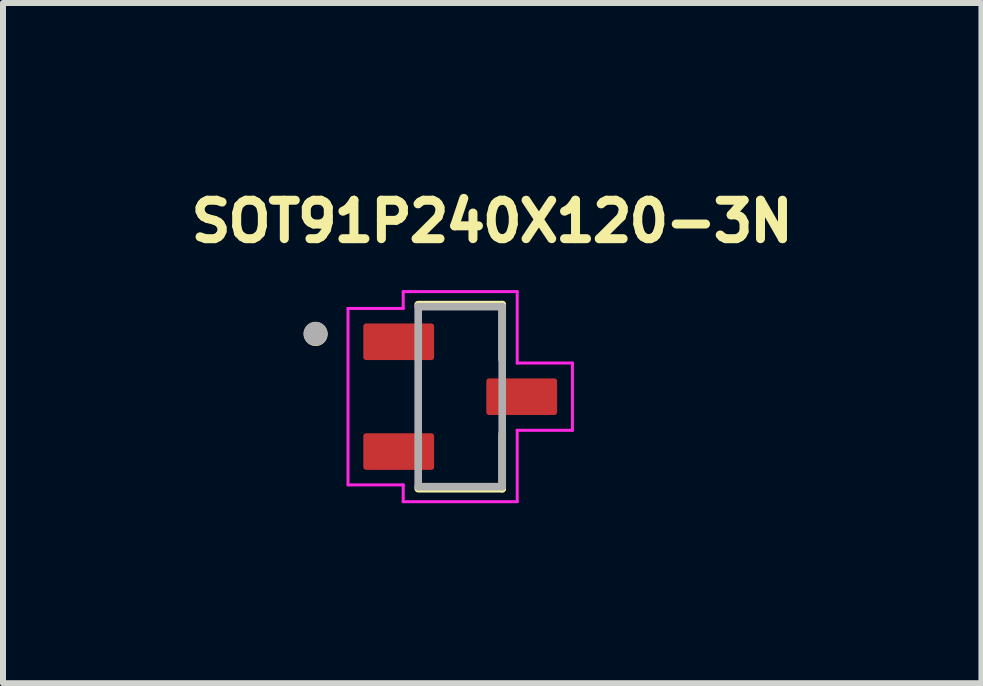
<source format=kicad_pcb>
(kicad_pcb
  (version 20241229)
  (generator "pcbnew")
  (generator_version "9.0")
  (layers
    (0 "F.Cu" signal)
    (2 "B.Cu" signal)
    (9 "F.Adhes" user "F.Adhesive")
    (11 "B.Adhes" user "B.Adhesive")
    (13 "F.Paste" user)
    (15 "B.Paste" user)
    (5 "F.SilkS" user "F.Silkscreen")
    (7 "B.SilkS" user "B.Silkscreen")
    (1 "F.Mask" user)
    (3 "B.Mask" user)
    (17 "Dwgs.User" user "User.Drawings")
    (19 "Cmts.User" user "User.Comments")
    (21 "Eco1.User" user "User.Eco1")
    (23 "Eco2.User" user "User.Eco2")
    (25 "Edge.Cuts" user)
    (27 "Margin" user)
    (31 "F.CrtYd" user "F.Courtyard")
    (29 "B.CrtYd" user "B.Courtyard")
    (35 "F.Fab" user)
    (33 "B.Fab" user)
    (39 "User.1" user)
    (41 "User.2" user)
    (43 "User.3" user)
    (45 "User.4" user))
  (footprint "SOT91P240X120-3N"
    (layer "F.Cu")
    (at 4.62 3.561)
    (property "Reference" "SOT91P240X120-3N" (at 0.533 -2.922 0) (layer "F.SilkS") (effects (font (size 0.641 0.641) (thickness 0.15))))
    (attr smd)
    (fp_line (start 0.7 -1.534) (end -0.7 -1.534) (stroke (width 0.127) (type solid)) (layer "F.SilkS"))
    (fp_line (start 0.7 -1.534) (end 0.7 -0.619) (stroke (width 0.127) (type solid)) (layer "F.SilkS"))
    (fp_line (start 0.7 0.619) (end 0.7 1.534) (stroke (width 0.127) (type solid)) (layer "F.SilkS"))
    (fp_line (start 0.7 1.534) (end -0.7 1.534) (stroke (width 0.127) (type solid)) (layer "F.SilkS"))
    (fp_circle (center -2.409 -1.044) (end -2.309 -1.044) (stroke (width 0.2) (type solid)) (fill no) (layer "F.SilkS"))
    (fp_line (start -1.87 -1.47) (end -0.95 -1.47) (stroke (width 0.05) (type solid)) (layer "F.CrtYd"))
    (fp_line (start -1.87 1.47) (end -1.87 -1.47) (stroke (width 0.05) (type solid)) (layer "F.CrtYd"))
    (fp_line (start -0.95 -1.75) (end 0.95 -1.75) (stroke (width 0.05) (type solid)) (layer "F.CrtYd"))
    (fp_line (start -0.95 -1.47) (end -0.95 -1.75) (stroke (width 0.05) (type solid)) (layer "F.CrtYd"))
    (fp_line (start -0.95 1.47) (end -1.87 1.47) (stroke (width 0.05) (type solid)) (layer "F.CrtYd"))
    (fp_line (start -0.95 1.75) (end -0.95 1.47) (stroke (width 0.05) (type solid)) (layer "F.CrtYd"))
    (fp_line (start 0.95 -1.75) (end 0.95 -0.56) (stroke (width 0.05) (type solid)) (layer "F.CrtYd"))
    (fp_line (start 0.95 -0.56) (end 1.87 -0.56) (stroke (width 0.05) (type solid)) (layer "F.CrtYd"))
    (fp_line (start 0.95 0.56) (end 0.95 1.75) (stroke (width 0.05) (type solid)) (layer "F.CrtYd"))
    (fp_line (start 0.95 1.75) (end -0.95 1.75) (stroke (width 0.05) (type solid)) (layer "F.CrtYd"))
    (fp_line (start 1.87 -0.56) (end 1.87 0.56) (stroke (width 0.05) (type solid)) (layer "F.CrtYd"))
    (fp_line (start 1.87 0.56) (end 0.95 0.56) (stroke (width 0.05) (type solid)) (layer "F.CrtYd"))
    (fp_line (start -0.7 -1.5) (end -0.7 1.5) (stroke (width 0.127) (type solid)) (layer "F.Fab"))
    (fp_line (start 0.7 -1.5) (end -0.7 -1.5) (stroke (width 0.127) (type solid)) (layer "F.Fab"))
    (fp_line (start 0.7 -1.5) (end 0.7 1.5) (stroke (width 0.127) (type solid)) (layer "F.Fab"))
    (fp_line (start 0.7 1.5) (end -0.7 1.5) (stroke (width 0.127) (type solid)) (layer "F.Fab"))
    (fp_circle (center -2.412 -1.049) (end -2.312 -1.049) (stroke (width 0.2) (type solid)) (fill no) (layer "F.Fab"))
    (pad "1" smd roundrect (at -1.025 -0.915) (size 1.18 0.61) (layers "F.Cu" "F.Mask" "F.Paste") (roundrect_rratio 0.075))
    (pad "2" smd roundrect (at -1.025 0.915) (size 1.18 0.61) (layers "F.Cu" "F.Mask" "F.Paste") (roundrect_rratio 0.075))
    (pad "3" smd roundrect (at 1.025 0) (size 1.18 0.61) (layers "F.Cu" "F.Mask" "F.Paste") (roundrect_rratio 0.075)))
  (gr_rect
    (start -3 -3)
    (end 13.307 8.336)
    (stroke (width 0.1) (type default))
    (fill no)
    (layer "Edge.Cuts")))
</source>
